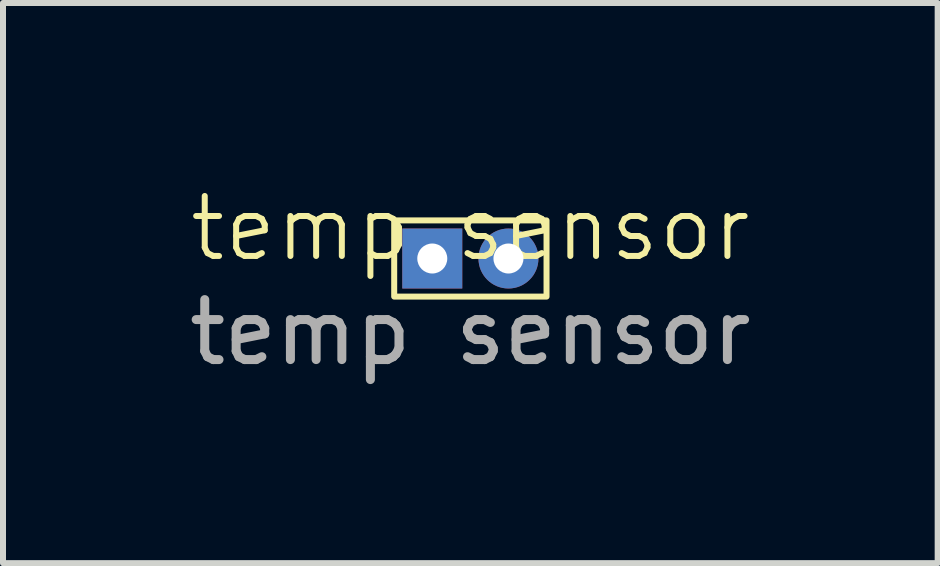
<source format=kicad_pcb>
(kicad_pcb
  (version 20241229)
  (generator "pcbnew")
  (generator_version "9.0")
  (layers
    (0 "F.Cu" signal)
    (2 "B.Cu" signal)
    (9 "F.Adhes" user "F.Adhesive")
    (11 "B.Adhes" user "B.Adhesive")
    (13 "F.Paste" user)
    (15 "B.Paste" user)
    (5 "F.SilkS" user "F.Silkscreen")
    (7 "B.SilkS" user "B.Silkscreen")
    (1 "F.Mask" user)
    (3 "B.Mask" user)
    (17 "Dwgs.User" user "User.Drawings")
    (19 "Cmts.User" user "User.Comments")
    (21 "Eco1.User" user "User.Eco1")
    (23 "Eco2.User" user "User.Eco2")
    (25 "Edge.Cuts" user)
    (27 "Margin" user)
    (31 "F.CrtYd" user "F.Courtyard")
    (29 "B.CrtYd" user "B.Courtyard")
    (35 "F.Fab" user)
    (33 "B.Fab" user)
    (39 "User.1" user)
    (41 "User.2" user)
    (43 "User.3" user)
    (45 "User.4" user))
  (footprint "temp sensor"
    (layer "F.Cu")
    (at 4.792 1.26)
    (property "Reference" "temp sensor" (at 0 -0.5 0) (unlocked yes) (layer "F.SilkS") (effects (font (size 1 1) (thickness 0.1))))
    (attr through_hole)
    (fp_rect (start -1.27 -0.635) (end 1.27 0.635) (stroke (width 0.1) (type default)) (fill no) (layer "F.SilkS"))
    (fp_text user "${REFERENCE}" (at 0 1.23 0) (unlocked yes) (layer "F.Fab") (effects (font (size 1 1) (thickness 0.15))))
    (pad "1" thru_hole rect (at -0.635 0 180) (size 1 1) (drill 0.5) (layers "*.Cu" "*.Mask"))
    (pad "2" thru_hole circle (at 0.635 0 180) (size 1 1) (drill 0.5) (layers "*.Cu" "*.Mask")))
  (gr_rect
    (start -3 -3)
    (end 12.583 6.339)
    (stroke (width 0.1) (type default))
    (fill no)
    (layer "Edge.Cuts")))
</source>
